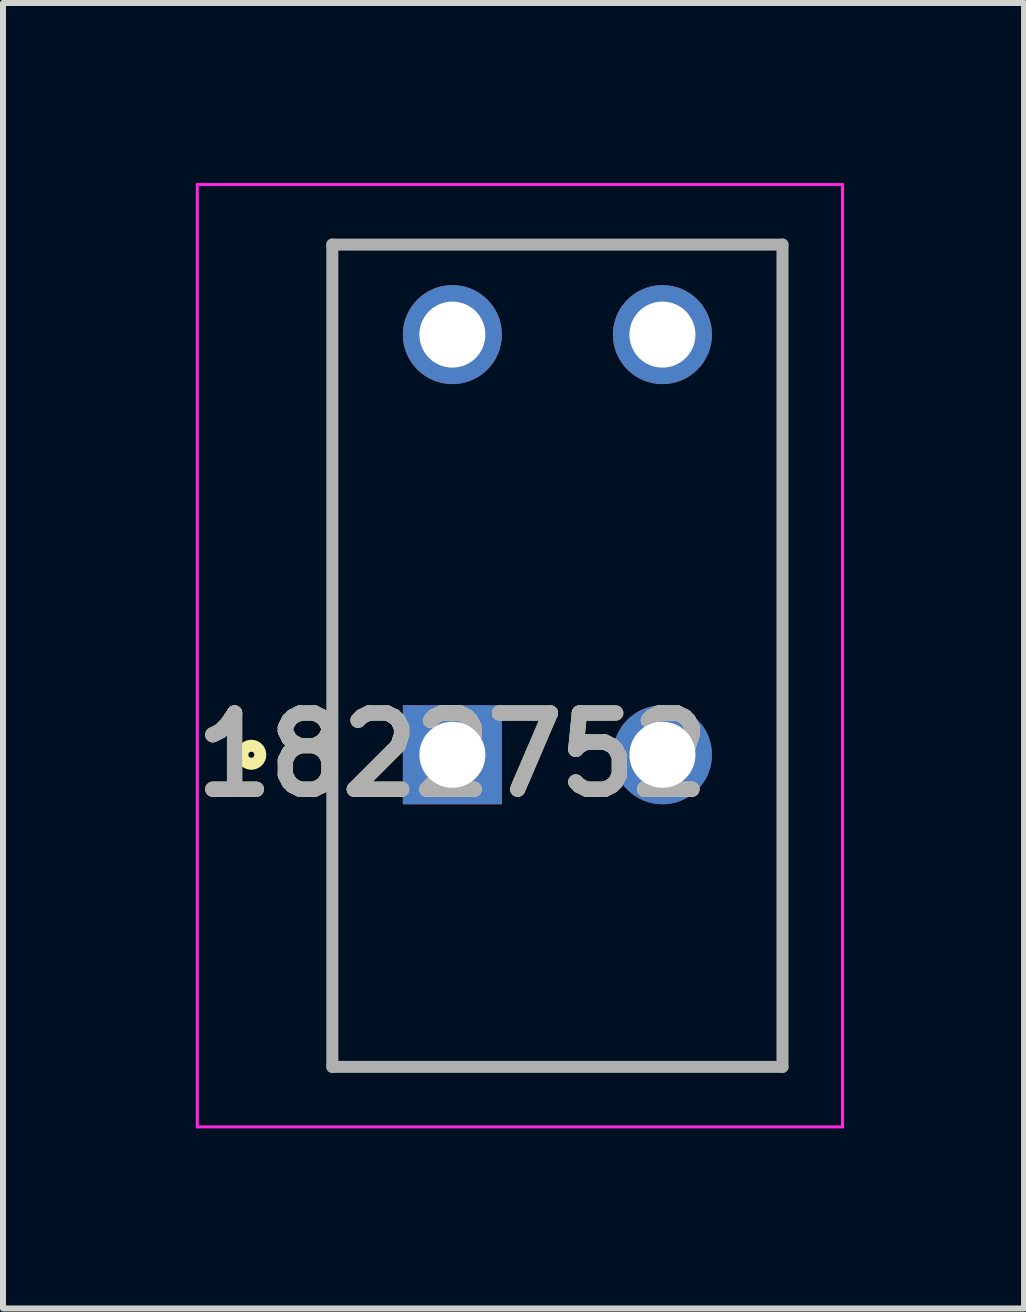
<source format=kicad_pcb>
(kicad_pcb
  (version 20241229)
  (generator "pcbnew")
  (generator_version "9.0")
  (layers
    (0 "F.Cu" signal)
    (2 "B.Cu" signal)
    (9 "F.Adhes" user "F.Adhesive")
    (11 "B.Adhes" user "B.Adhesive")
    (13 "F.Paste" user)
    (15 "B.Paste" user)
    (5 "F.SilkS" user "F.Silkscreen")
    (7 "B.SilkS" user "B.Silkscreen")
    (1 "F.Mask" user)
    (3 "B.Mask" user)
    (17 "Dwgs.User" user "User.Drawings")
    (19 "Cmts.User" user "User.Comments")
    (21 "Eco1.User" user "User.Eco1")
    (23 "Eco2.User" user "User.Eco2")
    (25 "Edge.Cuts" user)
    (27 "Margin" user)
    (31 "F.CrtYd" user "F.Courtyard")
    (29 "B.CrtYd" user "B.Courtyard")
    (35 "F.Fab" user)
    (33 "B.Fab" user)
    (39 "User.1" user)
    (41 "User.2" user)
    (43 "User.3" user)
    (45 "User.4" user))
  (footprint "1822752"
    (layer "F.Cu")
    (at 4.487 9.525)
    (property "Reference" "1822752" (at 0 0 0) (layer "F.SilkS") (effects (font (size 1.27 1.27) (thickness 0.254))))
    (attr through_hole)
    (fp_line (start -2 -8.5) (end 5.5 -8.5) (stroke (width 0.1) (type solid)) (layer "F.SilkS"))
    (fp_line (start -2 5.2) (end -2 -8.5) (stroke (width 0.1) (type solid)) (layer "F.SilkS"))
    (fp_line (start 5.5 -8.5) (end 5.5 5.2) (stroke (width 0.1) (type solid)) (layer "F.SilkS"))
    (fp_line (start 5.5 5.2) (end -2 5.2) (stroke (width 0.1) (type solid)) (layer "F.SilkS"))
    (fp_circle (center -3.35 0) (end -3.35 0.05) (stroke (width 0.2) (type solid)) (fill no) (layer "F.SilkS"))
    (fp_line (start -4.25 -9.5) (end 6.5 -9.5) (stroke (width 0.05) (type solid)) (layer "F.CrtYd"))
    (fp_line (start -4.25 6.2) (end -4.25 -9.5) (stroke (width 0.05) (type solid)) (layer "F.CrtYd"))
    (fp_line (start 6.5 -9.5) (end 6.5 6.2) (stroke (width 0.05) (type solid)) (layer "F.CrtYd"))
    (fp_line (start 6.5 6.2) (end -4.25 6.2) (stroke (width 0.05) (type solid)) (layer "F.CrtYd"))
    (fp_line (start -2 -8.5) (end 5.5 -8.5) (stroke (width 0.2) (type solid)) (layer "F.Fab"))
    (fp_line (start -2 5.2) (end -2 -8.5) (stroke (width 0.2) (type solid)) (layer "F.Fab"))
    (fp_line (start 5.5 -8.5) (end 5.5 5.2) (stroke (width 0.2) (type solid)) (layer "F.Fab"))
    (fp_line (start 5.5 5.2) (end -2 5.2) (stroke (width 0.2) (type solid)) (layer "F.Fab"))
    (fp_text user "${REFERENCE}" (at 0 0 0) (layer "F.Fab") (effects (font (size 1.27 1.27) (thickness 0.254))))
    (pad "1" thru_hole rect (at 0 0) (size 1.65 1.65) (drill 1.1) (layers "*.Cu" "*.Mask"))
    (pad "2" thru_hole circle (at 0 -7) (size 1.65 1.65) (drill 1.1) (layers "*.Cu" "*.Mask"))
    (pad "3" thru_hole circle (at 3.5 0) (size 1.65 1.65) (drill 1.1) (layers "*.Cu" "*.Mask"))
    (pad "4" thru_hole circle (at 3.5 -7) (size 1.65 1.65) (drill 1.1) (layers "*.Cu" "*.Mask")))
  (gr_rect
    (start -3 -3)
    (end 14.012 18.75)
    (stroke (width 0.1) (type default))
    (fill no)
    (layer "Edge.Cuts")))
</source>
